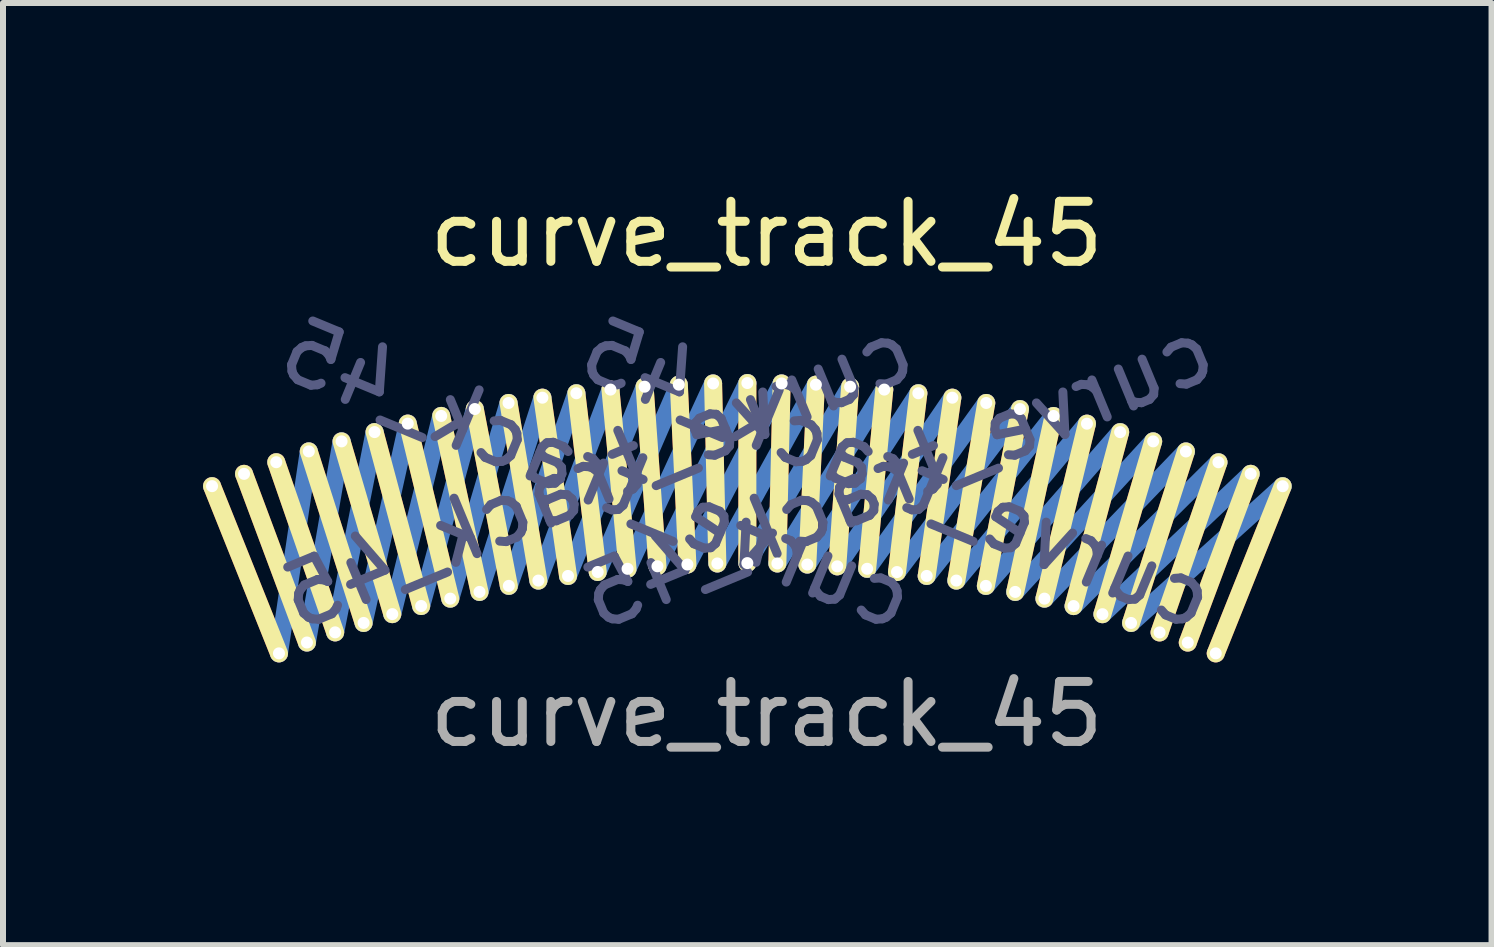
<source format=kicad_pcb>
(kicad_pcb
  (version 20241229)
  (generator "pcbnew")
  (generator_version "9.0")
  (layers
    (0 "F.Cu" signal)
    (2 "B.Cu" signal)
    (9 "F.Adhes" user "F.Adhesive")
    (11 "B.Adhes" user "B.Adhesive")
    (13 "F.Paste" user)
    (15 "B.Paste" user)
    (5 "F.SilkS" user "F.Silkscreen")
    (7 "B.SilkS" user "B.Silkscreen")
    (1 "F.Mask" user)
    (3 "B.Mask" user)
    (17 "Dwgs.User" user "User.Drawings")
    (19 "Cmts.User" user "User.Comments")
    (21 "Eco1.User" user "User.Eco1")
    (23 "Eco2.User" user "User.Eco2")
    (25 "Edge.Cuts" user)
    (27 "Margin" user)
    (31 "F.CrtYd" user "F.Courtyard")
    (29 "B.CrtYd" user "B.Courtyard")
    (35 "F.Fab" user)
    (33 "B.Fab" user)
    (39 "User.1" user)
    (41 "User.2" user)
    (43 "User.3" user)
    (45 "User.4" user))
  (footprint "curve_track_45"
    (layer "F.Cu")
    (at 9.402 4.852)
    (property "Reference" "curve_track_45" (at 0.321 -4.003 0) (unlocked yes) (layer "F.SilkS") (effects (font (size 1 1) (thickness 0.15))))
    (attr smd)
    (fp_line (start -7.804 2.984) (end -8.919 0.198) (stroke (width 0.3) (type solid)) (layer "F.Cu"))
    (fp_line (start -7.338 2.803) (end -8.386 -0.007) (stroke (width 0.3) (type solid)) (layer "F.Cu"))
    (fp_line (start -6.868 2.634) (end -7.849 -0.201) (stroke (width 0.3) (type solid)) (layer "F.Cu"))
    (fp_line (start -6.394 2.477) (end -7.307 -0.381) (stroke (width 0.3) (type solid)) (layer "F.Cu"))
    (fp_line (start -5.916 2.33) (end -6.761 -0.548) (stroke (width 0.3) (type solid)) (layer "F.Cu"))
    (fp_line (start -5.435 2.195) (end -6.211 -0.703) (stroke (width 0.3) (type solid)) (layer "F.Cu"))
    (fp_line (start -4.95 2.072) (end -5.658 -0.844) (stroke (width 0.3) (type solid)) (layer "F.Cu"))
    (fp_line (start -4.463 1.96) (end -5.101 -0.972) (stroke (width 0.3) (type solid)) (layer "F.Cu"))
    (fp_line (start -3.974 1.859) (end -4.541 -1.087) (stroke (width 0.3) (type solid)) (layer "F.Cu"))
    (fp_line (start -3.482 1.771) (end -3.979 -1.188) (stroke (width 0.3) (type solid)) (layer "F.Cu"))
    (fp_line (start -2.988 1.694) (end -3.415 -1.276) (stroke (width 0.3) (type solid)) (layer "F.Cu"))
    (fp_line (start -2.493 1.628) (end -2.849 -1.35) (stroke (width 0.3) (type solid)) (layer "F.Cu"))
    (fp_line (start -1.996 1.575) (end -2.281 -1.411) (stroke (width 0.3) (type solid)) (layer "F.Cu"))
    (fp_line (start -1.498 1.533) (end -1.712 -1.459) (stroke (width 0.3) (type solid)) (layer "F.Cu"))
    (fp_line (start -0.999 1.504) (end -1.142 -1.493) (stroke (width 0.3) (type solid)) (layer "F.Cu"))
    (fp_line (start -0.571 -1.513) (end -0.5 1.486) (stroke (width 0.3) (type solid)) (layer "F.Cu"))
    (fp_line (start -0.000059 1.48) (end 0.000058 -1.52) (stroke (width 0.3) (type solid)) (layer "F.Cu"))
    (fp_line (start 0.571 -1.513) (end 0.5 1.486) (stroke (width 0.3) (type solid)) (layer "F.Cu"))
    (fp_line (start 0.999 1.504) (end 1.142 -1.493) (stroke (width 0.3) (type solid)) (layer "F.Cu"))
    (fp_line (start 1.712 -1.459) (end 1.498 1.534) (stroke (width 0.3) (type solid)) (layer "F.Cu"))
    (fp_line (start 1.996 1.575) (end 2.281 -1.411) (stroke (width 0.3) (type solid)) (layer "F.Cu"))
    (fp_line (start 2.849 -1.35) (end 2.493 1.629) (stroke (width 0.3) (type solid)) (layer "F.Cu"))
    (fp_line (start 2.988 1.694) (end 3.415 -1.276) (stroke (width 0.3) (type solid)) (layer "F.Cu"))
    (fp_line (start 3.974 1.86) (end 4.542 -1.086) (stroke (width 0.3) (type solid)) (layer "F.Cu"))
    (fp_line (start 3.98 -1.188) (end 3.482 1.771) (stroke (width 0.3) (type solid)) (layer "F.Cu"))
    (fp_line (start 4.95 2.072) (end 5.658 -0.843) (stroke (width 0.3) (type solid)) (layer "F.Cu"))
    (fp_line (start 5.101 -0.971) (end 4.463 1.96) (stroke (width 0.3) (type solid)) (layer "F.Cu"))
    (fp_line (start 5.916 2.331) (end 6.761 -0.548) (stroke (width 0.3) (type solid)) (layer "F.Cu"))
    (fp_line (start 6.211 -0.702) (end 5.435 2.196) (stroke (width 0.3) (type solid)) (layer "F.Cu"))
    (fp_line (start 6.393 2.477) (end 7.307 -0.38) (stroke (width 0.3) (type solid)) (layer "F.Cu"))
    (fp_line (start 6.868 2.635) (end 7.849 -0.2) (stroke (width 0.3) (type solid)) (layer "F.Cu"))
    (fp_line (start 7.338 2.804) (end 8.386 -0.007) (stroke (width 0.3) (type solid)) (layer "F.Cu"))
    (fp_line (start 8.919 0.199) (end 7.804 2.984) (stroke (width 0.3) (type solid)) (layer "F.Cu"))
    (fp_line (start -7.307 -0.381) (end -7.804 2.984) (stroke (width 0.3) (type solid)) (layer "B.Cu"))
    (fp_line (start -6.761 -0.548) (end -7.338 2.803) (stroke (width 0.3) (type solid)) (layer "B.Cu"))
    (fp_line (start -6.211 -0.703) (end -6.868 2.634) (stroke (width 0.3) (type solid)) (layer "B.Cu"))
    (fp_line (start -5.658 -0.844) (end -6.394 2.477) (stroke (width 0.3) (type solid)) (layer "B.Cu"))
    (fp_line (start -5.101 -0.972) (end -5.916 2.33) (stroke (width 0.3) (type solid)) (layer "B.Cu"))
    (fp_line (start -4.541 -1.087) (end -5.435 2.195) (stroke (width 0.3) (type solid)) (layer "B.Cu"))
    (fp_line (start -3.979 -1.188) (end -4.95 2.072) (stroke (width 0.3) (type solid)) (layer "B.Cu"))
    (fp_line (start -3.415 -1.276) (end -4.463 1.96) (stroke (width 0.3) (type solid)) (layer "B.Cu"))
    (fp_line (start -2.849 -1.35) (end -3.974 1.859) (stroke (width 0.3) (type solid)) (layer "B.Cu"))
    (fp_line (start -2.281 -1.411) (end -3.482 1.771) (stroke (width 0.3) (type solid)) (layer "B.Cu"))
    (fp_line (start -1.712 -1.459) (end -2.988 1.694) (stroke (width 0.3) (type solid)) (layer "B.Cu"))
    (fp_line (start -1.142 -1.493) (end -2.493 1.628) (stroke (width 0.3) (type solid)) (layer "B.Cu"))
    (fp_line (start -0.571 -1.513) (end -1.996 1.575) (stroke (width 0.3) (type solid)) (layer "B.Cu"))
    (fp_line (start 0.000058 -1.52) (end -1.498 1.533) (stroke (width 0.3) (type solid)) (layer "B.Cu"))
    (fp_line (start 0.571 -1.513) (end -0.999 1.504) (stroke (width 0.3) (type solid)) (layer "B.Cu"))
    (fp_line (start 1.142 -1.493) (end -0.5 1.486) (stroke (width 0.3) (type solid)) (layer "B.Cu"))
    (fp_line (start 1.712 -1.459) (end -0.000059 1.48) (stroke (width 0.3) (type solid)) (layer "B.Cu"))
    (fp_line (start 2.281 -1.411) (end 0.5 1.486) (stroke (width 0.3) (type solid)) (layer "B.Cu"))
    (fp_line (start 2.849 -1.35) (end 0.999 1.504) (stroke (width 0.3) (type solid)) (layer "B.Cu"))
    (fp_line (start 3.415 -1.276) (end 1.498 1.534) (stroke (width 0.3) (type solid)) (layer "B.Cu"))
    (fp_line (start 3.98 -1.188) (end 1.996 1.575) (stroke (width 0.3) (type solid)) (layer "B.Cu"))
    (fp_line (start 4.542 -1.086) (end 2.493 1.629) (stroke (width 0.3) (type solid)) (layer "B.Cu"))
    (fp_line (start 5.101 -0.971) (end 2.988 1.694) (stroke (width 0.3) (type solid)) (layer "B.Cu"))
    (fp_line (start 5.658 -0.843) (end 3.482 1.771) (stroke (width 0.3) (type solid)) (layer "B.Cu"))
    (fp_line (start 6.211 -0.702) (end 3.974 1.86) (stroke (width 0.3) (type solid)) (layer "B.Cu"))
    (fp_line (start 6.761 -0.548) (end 4.463 1.96) (stroke (width 0.3) (type solid)) (layer "B.Cu"))
    (fp_line (start 7.307 -0.38) (end 4.95 2.072) (stroke (width 0.3) (type solid)) (layer "B.Cu"))
    (fp_line (start 7.849 -0.2) (end 5.435 2.196) (stroke (width 0.3) (type solid)) (layer "B.Cu"))
    (fp_line (start 8.386 -0.007) (end 5.916 2.331) (stroke (width 0.3) (type solid)) (layer "B.Cu"))
    (fp_line (start 8.919 0.199) (end 6.393 2.477) (stroke (width 0.3) (type solid)) (layer "B.Cu"))
    (fp_line (start -7.804 2.984) (end -8.919 0.198) (stroke (width 0.3) (type solid)) (layer "F.SilkS"))
    (fp_line (start -7.338 2.803) (end -8.386 -0.007) (stroke (width 0.3) (type solid)) (layer "F.SilkS"))
    (fp_line (start -6.868 2.634) (end -7.849 -0.201) (stroke (width 0.3) (type solid)) (layer "F.SilkS"))
    (fp_line (start -6.394 2.477) (end -7.307 -0.381) (stroke (width 0.3) (type solid)) (layer "F.SilkS"))
    (fp_line (start -5.916 2.33) (end -6.761 -0.548) (stroke (width 0.3) (type solid)) (layer "F.SilkS"))
    (fp_line (start -5.435 2.195) (end -6.211 -0.703) (stroke (width 0.3) (type solid)) (layer "F.SilkS"))
    (fp_line (start -4.95 2.072) (end -5.658 -0.844) (stroke (width 0.3) (type solid)) (layer "F.SilkS"))
    (fp_line (start -4.463 1.96) (end -5.101 -0.972) (stroke (width 0.3) (type solid)) (layer "F.SilkS"))
    (fp_line (start -3.974 1.859) (end -4.541 -1.087) (stroke (width 0.3) (type solid)) (layer "F.SilkS"))
    (fp_line (start -3.482 1.771) (end -3.979 -1.188) (stroke (width 0.3) (type solid)) (layer "F.SilkS"))
    (fp_line (start -2.988 1.694) (end -3.415 -1.276) (stroke (width 0.3) (type solid)) (layer "F.SilkS"))
    (fp_line (start -2.493 1.628) (end -2.849 -1.35) (stroke (width 0.3) (type solid)) (layer "F.SilkS"))
    (fp_line (start -1.996 1.575) (end -2.281 -1.411) (stroke (width 0.3) (type solid)) (layer "F.SilkS"))
    (fp_line (start -1.498 1.533) (end -1.712 -1.459) (stroke (width 0.3) (type solid)) (layer "F.SilkS"))
    (fp_line (start -0.999 1.504) (end -1.142 -1.493) (stroke (width 0.3) (type solid)) (layer "F.SilkS"))
    (fp_line (start -0.571 -1.513) (end -0.5 1.486) (stroke (width 0.3) (type solid)) (layer "F.SilkS"))
    (fp_line (start -0.000059 1.48) (end 0.000058 -1.52) (stroke (width 0.3) (type solid)) (layer "F.SilkS"))
    (fp_line (start 0.571 -1.513) (end 0.5 1.486) (stroke (width 0.3) (type solid)) (layer "F.SilkS"))
    (fp_line (start 0.999 1.504) (end 1.142 -1.493) (stroke (width 0.3) (type solid)) (layer "F.SilkS"))
    (fp_line (start 1.712 -1.459) (end 1.498 1.534) (stroke (width 0.3) (type solid)) (layer "F.SilkS"))
    (fp_line (start 1.996 1.575) (end 2.281 -1.411) (stroke (width 0.3) (type solid)) (layer "F.SilkS"))
    (fp_line (start 2.849 -1.35) (end 2.493 1.629) (stroke (width 0.3) (type solid)) (layer "F.SilkS"))
    (fp_line (start 2.988 1.694) (end 3.415 -1.276) (stroke (width 0.3) (type solid)) (layer "F.SilkS"))
    (fp_line (start 3.974 1.86) (end 4.542 -1.086) (stroke (width 0.3) (type solid)) (layer "F.SilkS"))
    (fp_line (start 3.98 -1.188) (end 3.482 1.771) (stroke (width 0.3) (type solid)) (layer "F.SilkS"))
    (fp_line (start 4.95 2.072) (end 5.658 -0.843) (stroke (width 0.3) (type solid)) (layer "F.SilkS"))
    (fp_line (start 5.101 -0.971) (end 4.463 1.96) (stroke (width 0.3) (type solid)) (layer "F.SilkS"))
    (fp_line (start 5.916 2.331) (end 6.761 -0.548) (stroke (width 0.3) (type solid)) (layer "F.SilkS"))
    (fp_line (start 6.211 -0.702) (end 5.435 2.196) (stroke (width 0.3) (type solid)) (layer "F.SilkS"))
    (fp_line (start 6.393 2.477) (end 7.307 -0.38) (stroke (width 0.3) (type solid)) (layer "F.SilkS"))
    (fp_line (start 6.868 2.635) (end 7.849 -0.2) (stroke (width 0.3) (type solid)) (layer "F.SilkS"))
    (fp_line (start 7.338 2.804) (end 8.386 -0.007) (stroke (width 0.3) (type solid)) (layer "F.SilkS"))
    (fp_line (start 8.919 0.199) (end 7.804 2.984) (stroke (width 0.3) (type solid)) (layer "F.SilkS"))
    (fp_circle (center -8.919 0.198) (end -9.019 0.198) (stroke (width 0.05) (type default)) (fill no) (layer "User.1"))
    (fp_circle (center -8.919 0.198) (end -9.019 0.198) (stroke (width 0.05) (type default)) (fill no) (layer "User.1"))
    (fp_circle (center -8.386 -0.007) (end -8.486 -0.007) (stroke (width 0.05) (type default)) (fill no) (layer "User.1"))
    (fp_circle (center -8.386 -0.007) (end -8.486 -0.007) (stroke (width 0.05) (type default)) (fill no) (layer "User.1"))
    (fp_circle (center -7.849 -0.201) (end -7.949 -0.201) (stroke (width 0.05) (type default)) (fill no) (layer "User.1"))
    (fp_circle (center -7.849 -0.201) (end -7.949 -0.201) (stroke (width 0.05) (type default)) (fill no) (layer "User.1"))
    (fp_circle (center -7.804 2.984) (end -7.904 2.984) (stroke (width 0.05) (type default)) (fill no) (layer "User.1"))
    (fp_circle (center -7.804 2.984) (end -7.904 2.984) (stroke (width 0.05) (type default)) (fill no) (layer "User.1"))
    (fp_circle (center -7.804 2.984) (end -7.904 2.984) (stroke (width 0.05) (type default)) (fill no) (layer "User.1"))
    (fp_circle (center -7.338 2.803) (end -7.438 2.803) (stroke (width 0.05) (type default)) (fill no) (layer "User.1"))
    (fp_circle (center -7.338 2.803) (end -7.438 2.803) (stroke (width 0.05) (type default)) (fill no) (layer "User.1"))
    (fp_circle (center -7.338 2.803) (end -7.438 2.803) (stroke (width 0.05) (type default)) (fill no) (layer "User.1"))
    (fp_circle (center -7.307 -0.381) (end -7.407 -0.381) (stroke (width 0.05) (type default)) (fill no) (layer "User.1"))
    (fp_circle (center -7.307 -0.381) (end -7.407 -0.381) (stroke (width 0.05) (type default)) (fill no) (layer "User.1"))
    (fp_circle (center -7.307 -0.381) (end -7.407 -0.381) (stroke (width 0.05) (type default)) (fill no) (layer "User.1"))
    (fp_circle (center -6.868 2.634) (end -6.968 2.634) (stroke (width 0.05) (type default)) (fill no) (layer "User.1"))
    (fp_circle (center -6.868 2.634) (end -6.968 2.634) (stroke (width 0.05) (type default)) (fill no) (layer "User.1"))
    (fp_circle (center -6.868 2.634) (end -6.968 2.634) (stroke (width 0.05) (type default)) (fill no) (layer "User.1"))
    (fp_circle (center -6.761 -0.548) (end -6.861 -0.548) (stroke (width 0.05) (type default)) (fill no) (layer "User.1"))
    (fp_circle (center -6.761 -0.548) (end -6.861 -0.548) (stroke (width 0.05) (type default)) (fill no) (layer "User.1"))
    (fp_circle (center -6.761 -0.548) (end -6.861 -0.548) (stroke (width 0.05) (type default)) (fill no) (layer "User.1"))
    (fp_circle (center -6.394 2.477) (end -6.494 2.477) (stroke (width 0.05) (type default)) (fill no) (layer "User.1"))
    (fp_circle (center -6.394 2.477) (end -6.494 2.477) (stroke (width 0.05) (type default)) (fill no) (layer "User.1"))
    (fp_circle (center -6.394 2.477) (end -6.494 2.477) (stroke (width 0.05) (type default)) (fill no) (layer "User.1"))
    (fp_circle (center -6.211 -0.703) (end -6.311 -0.703) (stroke (width 0.05) (type default)) (fill no) (layer "User.1"))
    (fp_circle (center -6.211 -0.703) (end -6.311 -0.703) (stroke (width 0.05) (type default)) (fill no) (layer "User.1"))
    (fp_circle (center -6.211 -0.703) (end -6.311 -0.703) (stroke (width 0.05) (type default)) (fill no) (layer "User.1"))
    (fp_circle (center -5.916 2.33) (end -6.016 2.33) (stroke (width 0.05) (type default)) (fill no) (layer "User.1"))
    (fp_circle (center -5.916 2.33) (end -6.016 2.33) (stroke (width 0.05) (type default)) (fill no) (layer "User.1"))
    (fp_circle (center -5.916 2.33) (end -6.016 2.33) (stroke (width 0.05) (type default)) (fill no) (layer "User.1"))
    (fp_circle (center -5.658 -0.844) (end -5.758 -0.844) (stroke (width 0.05) (type default)) (fill no) (layer "User.1"))
    (fp_circle (center -5.658 -0.844) (end -5.758 -0.844) (stroke (width 0.05) (type default)) (fill no) (layer "User.1"))
    (fp_circle (center -5.658 -0.844) (end -5.758 -0.844) (stroke (width 0.05) (type default)) (fill no) (layer "User.1"))
    (fp_circle (center -5.435 2.195) (end -5.535 2.195) (stroke (width 0.05) (type default)) (fill no) (layer "User.1"))
    (fp_circle (center -5.435 2.195) (end -5.535 2.195) (stroke (width 0.05) (type default)) (fill no) (layer "User.1"))
    (fp_circle (center -5.435 2.195) (end -5.535 2.195) (stroke (width 0.05) (type default)) (fill no) (layer "User.1"))
    (fp_circle (center -5.101 -0.972) (end -5.201 -0.972) (stroke (width 0.05) (type default)) (fill no) (layer "User.1"))
    (fp_circle (center -5.101 -0.972) (end -5.201 -0.972) (stroke (width 0.05) (type default)) (fill no) (layer "User.1"))
    (fp_circle (center -5.101 -0.972) (end -5.201 -0.972) (stroke (width 0.05) (type default)) (fill no) (layer "User.1"))
    (fp_circle (center -4.95 2.072) (end -5.05 2.072) (stroke (width 0.05) (type default)) (fill no) (layer "User.1"))
    (fp_circle (center -4.95 2.072) (end -5.05 2.072) (stroke (width 0.05) (type default)) (fill no) (layer "User.1"))
    (fp_circle (center -4.95 2.072) (end -5.05 2.072) (stroke (width 0.05) (type default)) (fill no) (layer "User.1"))
    (fp_circle (center -4.541 -1.087) (end -4.641 -1.087) (stroke (width 0.05) (type default)) (fill no) (layer "User.1"))
    (fp_circle (center -4.541 -1.087) (end -4.641 -1.087) (stroke (width 0.05) (type default)) (fill no) (layer "User.1"))
    (fp_circle (center -4.541 -1.087) (end -4.641 -1.087) (stroke (width 0.05) (type default)) (fill no) (layer "User.1"))
    (fp_circle (center -4.463 1.96) (end -4.563 1.96) (stroke (width 0.05) (type default)) (fill no) (layer "User.1"))
    (fp_circle (center -4.463 1.96) (end -4.563 1.96) (stroke (width 0.05) (type default)) (fill no) (layer "User.1"))
    (fp_circle (center -4.463 1.96) (end -4.563 1.96) (stroke (width 0.05) (type default)) (fill no) (layer "User.1"))
    (fp_circle (center -3.979 -1.188) (end -4.079 -1.188) (stroke (width 0.05) (type default)) (fill no) (layer "User.1"))
    (fp_circle (center -3.979 -1.188) (end -4.079 -1.188) (stroke (width 0.05) (type default)) (fill no) (layer "User.1"))
    (fp_circle (center -3.979 -1.188) (end -4.079 -1.188) (stroke (width 0.05) (type default)) (fill no) (layer "User.1"))
    (fp_circle (center -3.974 1.859) (end -4.074 1.859) (stroke (width 0.05) (type default)) (fill no) (layer "User.1"))
    (fp_circle (center -3.974 1.859) (end -4.074 1.859) (stroke (width 0.05) (type default)) (fill no) (layer "User.1"))
    (fp_circle (center -3.974 1.859) (end -4.074 1.859) (stroke (width 0.05) (type default)) (fill no) (layer "User.1"))
    (fp_circle (center -3.482 1.771) (end -3.582 1.771) (stroke (width 0.05) (type default)) (fill no) (layer "User.1"))
    (fp_circle (center -3.482 1.771) (end -3.582 1.771) (stroke (width 0.05) (type default)) (fill no) (layer "User.1"))
    (fp_circle (center -3.482 1.771) (end -3.582 1.771) (stroke (width 0.05) (type default)) (fill no) (layer "User.1"))
    (fp_circle (center -3.415 -1.276) (end -3.515 -1.276) (stroke (width 0.05) (type default)) (fill no) (layer "User.1"))
    (fp_circle (center -3.415 -1.276) (end -3.515 -1.276) (stroke (width 0.05) (type default)) (fill no) (layer "User.1"))
    (fp_circle (center -3.415 -1.276) (end -3.515 -1.276) (stroke (width 0.05) (type default)) (fill no) (layer "User.1"))
    (fp_circle (center -2.988 1.694) (end -3.088 1.694) (stroke (width 0.05) (type default)) (fill no) (layer "User.1"))
    (fp_circle (center -2.988 1.694) (end -3.088 1.694) (stroke (width 0.05) (type default)) (fill no) (layer "User.1"))
    (fp_circle (center -2.988 1.694) (end -3.088 1.694) (stroke (width 0.05) (type default)) (fill no) (layer "User.1"))
    (fp_circle (center -2.849 -1.35) (end -2.949 -1.35) (stroke (width 0.05) (type default)) (fill no) (layer "User.1"))
    (fp_circle (center -2.849 -1.35) (end -2.949 -1.35) (stroke (width 0.05) (type default)) (fill no) (layer "User.1"))
    (fp_circle (center -2.849 -1.35) (end -2.949 -1.35) (stroke (width 0.05) (type default)) (fill no) (layer "User.1"))
    (fp_circle (center -2.493 1.628) (end -2.593 1.628) (stroke (width 0.05) (type default)) (fill no) (layer "User.1"))
    (fp_circle (center -2.493 1.628) (end -2.593 1.628) (stroke (width 0.05) (type default)) (fill no) (layer "User.1"))
    (fp_circle (center -2.493 1.628) (end -2.593 1.628) (stroke (width 0.05) (type default)) (fill no) (layer "User.1"))
    (fp_circle (center -2.281 -1.411) (end -2.381 -1.411) (stroke (width 0.05) (type default)) (fill no) (layer "User.1"))
    (fp_circle (center -2.281 -1.411) (end -2.381 -1.411) (stroke (width 0.05) (type default)) (fill no) (layer "User.1"))
    (fp_circle (center -2.281 -1.411) (end -2.381 -1.411) (stroke (width 0.05) (type default)) (fill no) (layer "User.1"))
    (fp_circle (center -1.996 1.575) (end -2.096 1.575) (stroke (width 0.05) (type default)) (fill no) (layer "User.1"))
    (fp_circle (center -1.996 1.575) (end -2.096 1.575) (stroke (width 0.05) (type default)) (fill no) (layer "User.1"))
    (fp_circle (center -1.996 1.575) (end -2.096 1.575) (stroke (width 0.05) (type default)) (fill no) (layer "User.1"))
    (fp_circle (center -1.712 -1.459) (end -1.812 -1.459) (stroke (width 0.05) (type default)) (fill no) (layer "User.1"))
    (fp_circle (center -1.712 -1.459) (end -1.812 -1.459) (stroke (width 0.05) (type default)) (fill no) (layer "User.1"))
    (fp_circle (center -1.712 -1.459) (end -1.812 -1.459) (stroke (width 0.05) (type default)) (fill no) (layer "User.1"))
    (fp_circle (center -1.498 1.533) (end -1.598 1.533) (stroke (width 0.05) (type default)) (fill no) (layer "User.1"))
    (fp_circle (center -1.498 1.533) (end -1.598 1.533) (stroke (width 0.05) (type default)) (fill no) (layer "User.1"))
    (fp_circle (center -1.498 1.533) (end -1.598 1.533) (stroke (width 0.05) (type default)) (fill no) (layer "User.1"))
    (fp_circle (center -1.142 -1.493) (end -1.242 -1.493) (stroke (width 0.05) (type default)) (fill no) (layer "User.1"))
    (fp_circle (center -1.142 -1.493) (end -1.242 -1.493) (stroke (width 0.05) (type default)) (fill no) (layer "User.1"))
    (fp_circle (center -1.142 -1.493) (end -1.242 -1.493) (stroke (width 0.05) (type default)) (fill no) (layer "User.1"))
    (fp_circle (center -0.999 1.504) (end -1.099 1.504) (stroke (width 0.05) (type default)) (fill no) (layer "User.1"))
    (fp_circle (center -0.999 1.504) (end -1.099 1.504) (stroke (width 0.05) (type default)) (fill no) (layer "User.1"))
    (fp_circle (center -0.999 1.504) (end -1.099 1.504) (stroke (width 0.05) (type default)) (fill no) (layer "User.1"))
    (fp_circle (center -0.571 -1.513) (end -0.671 -1.513) (stroke (width 0.05) (type default)) (fill no) (layer "User.1"))
    (fp_circle (center -0.571 -1.513) (end -0.671 -1.513) (stroke (width 0.05) (type default)) (fill no) (layer "User.1"))
    (fp_circle (center -0.571 -1.513) (end -0.671 -1.513) (stroke (width 0.05) (type default)) (fill no) (layer "User.1"))
    (fp_circle (center -0.5 1.486) (end -0.6 1.486) (stroke (width 0.05) (type default)) (fill no) (layer "User.1"))
    (fp_circle (center -0.5 1.486) (end -0.6 1.486) (stroke (width 0.05) (type default)) (fill no) (layer "User.1"))
    (fp_circle (center -0.5 1.486) (end -0.6 1.486) (stroke (width 0.05) (type default)) (fill no) (layer "User.1"))
    (fp_circle (center -0.000059 1.48) (end -0.1 1.48) (stroke (width 0.05) (type default)) (fill no) (layer "User.1"))
    (fp_circle (center -0.000059 1.48) (end -0.1 1.48) (stroke (width 0.05) (type default)) (fill no) (layer "User.1"))
    (fp_circle (center -0.000059 1.48) (end -0.1 1.48) (stroke (width 0.05) (type default)) (fill no) (layer "User.1"))
    (fp_circle (center 0.000058 -1.52) (end -0.1 -1.52) (stroke (width 0.05) (type default)) (fill no) (layer "User.1"))
    (fp_circle (center 0.000058 -1.52) (end -0.1 -1.52) (stroke (width 0.05) (type default)) (fill no) (layer "User.1"))
    (fp_circle (center 0.000058 -1.52) (end -0.1 -1.52) (stroke (width 0.05) (type default)) (fill no) (layer "User.1"))
    (fp_circle (center 0.5 1.486) (end 0.4 1.486) (stroke (width 0.05) (type default)) (fill no) (layer "User.1"))
    (fp_circle (center 0.5 1.486) (end 0.4 1.486) (stroke (width 0.05) (type default)) (fill no) (layer "User.1"))
    (fp_circle (center 0.5 1.486) (end 0.4 1.486) (stroke (width 0.05) (type default)) (fill no) (layer "User.1"))
    (fp_circle (center 0.571 -1.513) (end 0.471 -1.513) (stroke (width 0.05) (type default)) (fill no) (layer "User.1"))
    (fp_circle (center 0.571 -1.513) (end 0.471 -1.513) (stroke (width 0.05) (type default)) (fill no) (layer "User.1"))
    (fp_circle (center 0.571 -1.513) (end 0.471 -1.513) (stroke (width 0.05) (type default)) (fill no) (layer "User.1"))
    (fp_circle (center 0.999 1.504) (end 0.899 1.504) (stroke (width 0.05) (type default)) (fill no) (layer "User.1"))
    (fp_circle (center 0.999 1.504) (end 0.899 1.504) (stroke (width 0.05) (type default)) (fill no) (layer "User.1"))
    (fp_circle (center 0.999 1.504) (end 0.899 1.504) (stroke (width 0.05) (type default)) (fill no) (layer "User.1"))
    (fp_circle (center 1.142 -1.493) (end 1.042 -1.493) (stroke (width 0.05) (type default)) (fill no) (layer "User.1"))
    (fp_circle (center 1.142 -1.493) (end 1.042 -1.493) (stroke (width 0.05) (type default)) (fill no) (layer "User.1"))
    (fp_circle (center 1.142 -1.493) (end 1.042 -1.493) (stroke (width 0.05) (type default)) (fill no) (layer "User.1"))
    (fp_circle (center 1.498 1.534) (end 1.398 1.534) (stroke (width 0.05) (type default)) (fill no) (layer "User.1"))
    (fp_circle (center 1.498 1.534) (end 1.398 1.534) (stroke (width 0.05) (type default)) (fill no) (layer "User.1"))
    (fp_circle (center 1.498 1.534) (end 1.398 1.534) (stroke (width 0.05) (type default)) (fill no) (layer "User.1"))
    (fp_circle (center 1.712 -1.459) (end 1.612 -1.459) (stroke (width 0.05) (type default)) (fill no) (layer "User.1"))
    (fp_circle (center 1.712 -1.459) (end 1.612 -1.459) (stroke (width 0.05) (type default)) (fill no) (layer "User.1"))
    (fp_circle (center 1.712 -1.459) (end 1.612 -1.459) (stroke (width 0.05) (type default)) (fill no) (layer "User.1"))
    (fp_circle (center 1.996 1.575) (end 1.896 1.575) (stroke (width 0.05) (type default)) (fill no) (layer "User.1"))
    (fp_circle (center 1.996 1.575) (end 1.896 1.575) (stroke (width 0.05) (type default)) (fill no) (layer "User.1"))
    (fp_circle (center 1.996 1.575) (end 1.896 1.575) (stroke (width 0.05) (type default)) (fill no) (layer "User.1"))
    (fp_circle (center 2.281 -1.411) (end 2.181 -1.411) (stroke (width 0.05) (type default)) (fill no) (layer "User.1"))
    (fp_circle (center 2.281 -1.411) (end 2.181 -1.411) (stroke (width 0.05) (type default)) (fill no) (layer "User.1"))
    (fp_circle (center 2.281 -1.411) (end 2.181 -1.411) (stroke (width 0.05) (type default)) (fill no) (layer "User.1"))
    (fp_circle (center 2.493 1.629) (end 2.393 1.629) (stroke (width 0.05) (type default)) (fill no) (layer "User.1"))
    (fp_circle (center 2.493 1.629) (end 2.393 1.629) (stroke (width 0.05) (type default)) (fill no) (layer "User.1"))
    (fp_circle (center 2.493 1.629) (end 2.393 1.629) (stroke (width 0.05) (type default)) (fill no) (layer "User.1"))
    (fp_circle (center 2.849 -1.35) (end 2.749 -1.35) (stroke (width 0.05) (type default)) (fill no) (layer "User.1"))
    (fp_circle (center 2.849 -1.35) (end 2.749 -1.35) (stroke (width 0.05) (type default)) (fill no) (layer "User.1"))
    (fp_circle (center 2.849 -1.35) (end 2.749 -1.35) (stroke (width 0.05) (type default)) (fill no) (layer "User.1"))
    (fp_circle (center 2.988 1.694) (end 2.888 1.694) (stroke (width 0.05) (type default)) (fill no) (layer "User.1"))
    (fp_circle (center 2.988 1.694) (end 2.888 1.694) (stroke (width 0.05) (type default)) (fill no) (layer "User.1"))
    (fp_circle (center 2.988 1.694) (end 2.888 1.694) (stroke (width 0.05) (type default)) (fill no) (layer "User.1"))
    (fp_circle (center 3.415 -1.276) (end 3.315 -1.276) (stroke (width 0.05) (type default)) (fill no) (layer "User.1"))
    (fp_circle (center 3.415 -1.276) (end 3.315 -1.276) (stroke (width 0.05) (type default)) (fill no) (layer "User.1"))
    (fp_circle (center 3.415 -1.276) (end 3.315 -1.276) (stroke (width 0.05) (type default)) (fill no) (layer "User.1"))
    (fp_circle (center 3.482 1.771) (end 3.382 1.771) (stroke (width 0.05) (type default)) (fill no) (layer "User.1"))
    (fp_circle (center 3.482 1.771) (end 3.382 1.771) (stroke (width 0.05) (type default)) (fill no) (layer "User.1"))
    (fp_circle (center 3.482 1.771) (end 3.382 1.771) (stroke (width 0.05) (type default)) (fill no) (layer "User.1"))
    (fp_circle (center 3.974 1.86) (end 3.874 1.86) (stroke (width 0.05) (type default)) (fill no) (layer "User.1"))
    (fp_circle (center 3.974 1.86) (end 3.874 1.86) (stroke (width 0.05) (type default)) (fill no) (layer "User.1"))
    (fp_circle (center 3.974 1.86) (end 3.874 1.86) (stroke (width 0.05) (type default)) (fill no) (layer "User.1"))
    (fp_circle (center 3.98 -1.188) (end 3.88 -1.188) (stroke (width 0.05) (type default)) (fill no) (layer "User.1"))
    (fp_circle (center 3.98 -1.188) (end 3.88 -1.188) (stroke (width 0.05) (type default)) (fill no) (layer "User.1"))
    (fp_circle (center 3.98 -1.188) (end 3.88 -1.188) (stroke (width 0.05) (type default)) (fill no) (layer "User.1"))
    (fp_circle (center 4.463 1.96) (end 4.363 1.96) (stroke (width 0.05) (type default)) (fill no) (layer "User.1"))
    (fp_circle (center 4.463 1.96) (end 4.363 1.96) (stroke (width 0.05) (type default)) (fill no) (layer "User.1"))
    (fp_circle (center 4.463 1.96) (end 4.363 1.96) (stroke (width 0.05) (type default)) (fill no) (layer "User.1"))
    (fp_circle (center 4.542 -1.086) (end 4.442 -1.086) (stroke (width 0.05) (type default)) (fill no) (layer "User.1"))
    (fp_circle (center 4.542 -1.086) (end 4.442 -1.086) (stroke (width 0.05) (type default)) (fill no) (layer "User.1"))
    (fp_circle (center 4.542 -1.086) (end 4.442 -1.086) (stroke (width 0.05) (type default)) (fill no) (layer "User.1"))
    (fp_circle (center 4.95 2.072) (end 4.85 2.072) (stroke (width 0.05) (type default)) (fill no) (layer "User.1"))
    (fp_circle (center 4.95 2.072) (end 4.85 2.072) (stroke (width 0.05) (type default)) (fill no) (layer "User.1"))
    (fp_circle (center 4.95 2.072) (end 4.85 2.072) (stroke (width 0.05) (type default)) (fill no) (layer "User.1"))
    (fp_circle (center 5.101 -0.971) (end 5.001 -0.971) (stroke (width 0.05) (type default)) (fill no) (layer "User.1"))
    (fp_circle (center 5.101 -0.971) (end 5.001 -0.971) (stroke (width 0.05) (type default)) (fill no) (layer "User.1"))
    (fp_circle (center 5.101 -0.971) (end 5.001 -0.971) (stroke (width 0.05) (type default)) (fill no) (layer "User.1"))
    (fp_circle (center 5.435 2.196) (end 5.335 2.196) (stroke (width 0.05) (type default)) (fill no) (layer "User.1"))
    (fp_circle (center 5.435 2.196) (end 5.335 2.196) (stroke (width 0.05) (type default)) (fill no) (layer "User.1"))
    (fp_circle (center 5.435 2.196) (end 5.335 2.196) (stroke (width 0.05) (type default)) (fill no) (layer "User.1"))
    (fp_circle (center 5.658 -0.843) (end 5.558 -0.843) (stroke (width 0.05) (type default)) (fill no) (layer "User.1"))
    (fp_circle (center 5.658 -0.843) (end 5.558 -0.843) (stroke (width 0.05) (type default)) (fill no) (layer "User.1"))
    (fp_circle (center 5.658 -0.843) (end 5.558 -0.843) (stroke (width 0.05) (type default)) (fill no) (layer "User.1"))
    (fp_circle (center 5.916 2.331) (end 5.816 2.331) (stroke (width 0.05) (type default)) (fill no) (layer "User.1"))
    (fp_circle (center 5.916 2.331) (end 5.816 2.331) (stroke (width 0.05) (type default)) (fill no) (layer "User.1"))
    (fp_circle (center 5.916 2.331) (end 5.816 2.331) (stroke (width 0.05) (type default)) (fill no) (layer "User.1"))
    (fp_circle (center 6.211 -0.702) (end 6.111 -0.702) (stroke (width 0.05) (type default)) (fill no) (layer "User.1"))
    (fp_circle (center 6.211 -0.702) (end 6.111 -0.702) (stroke (width 0.05) (type default)) (fill no) (layer "User.1"))
    (fp_circle (center 6.211 -0.702) (end 6.111 -0.702) (stroke (width 0.05) (type default)) (fill no) (layer "User.1"))
    (fp_circle (center 6.393 2.477) (end 6.293 2.477) (stroke (width 0.05) (type default)) (fill no) (layer "User.1"))
    (fp_circle (center 6.393 2.477) (end 6.293 2.477) (stroke (width 0.05) (type default)) (fill no) (layer "User.1"))
    (fp_circle (center 6.393 2.477) (end 6.293 2.477) (stroke (width 0.05) (type default)) (fill no) (layer "User.1"))
    (fp_circle (center 6.761 -0.548) (end 6.661 -0.548) (stroke (width 0.05) (type default)) (fill no) (layer "User.1"))
    (fp_circle (center 6.761 -0.548) (end 6.661 -0.548) (stroke (width 0.05) (type default)) (fill no) (layer "User.1"))
    (fp_circle (center 6.761 -0.548) (end 6.661 -0.548) (stroke (width 0.05) (type default)) (fill no) (layer "User.1"))
    (fp_circle (center 6.868 2.635) (end 6.768 2.635) (stroke (width 0.05) (type default)) (fill no) (layer "User.1"))
    (fp_circle (center 6.868 2.635) (end 6.768 2.635) (stroke (width 0.05) (type default)) (fill no) (layer "User.1"))
    (fp_circle (center 6.868 2.635) (end 6.768 2.635) (stroke (width 0.05) (type default)) (fill no) (layer "User.1"))
    (fp_circle (center 7.307 -0.38) (end 7.207 -0.38) (stroke (width 0.05) (type default)) (fill no) (layer "User.1"))
    (fp_circle (center 7.307 -0.38) (end 7.207 -0.38) (stroke (width 0.05) (type default)) (fill no) (layer "User.1"))
    (fp_circle (center 7.307 -0.38) (end 7.207 -0.38) (stroke (width 0.05) (type default)) (fill no) (layer "User.1"))
    (fp_circle (center 7.338 2.804) (end 7.238 2.804) (stroke (width 0.05) (type default)) (fill no) (layer "User.1"))
    (fp_circle (center 7.338 2.804) (end 7.238 2.804) (stroke (width 0.05) (type default)) (fill no) (layer "User.1"))
    (fp_circle (center 7.338 2.804) (end 7.238 2.804) (stroke (width 0.05) (type default)) (fill no) (layer "User.1"))
    (fp_circle (center 7.804 2.984) (end 7.704 2.984) (stroke (width 0.05) (type default)) (fill no) (layer "User.1"))
    (fp_circle (center 7.804 2.984) (end 7.704 2.984) (stroke (width 0.05) (type default)) (fill no) (layer "User.1"))
    (fp_circle (center 7.804 2.984) (end 7.704 2.984) (stroke (width 0.05) (type default)) (fill no) (layer "User.1"))
    (fp_circle (center 7.849 -0.2) (end 7.749 -0.2) (stroke (width 0.05) (type default)) (fill no) (layer "User.1"))
    (fp_circle (center 7.849 -0.2) (end 7.749 -0.2) (stroke (width 0.05) (type default)) (fill no) (layer "User.1"))
    (fp_circle (center 7.849 -0.2) (end 7.749 -0.2) (stroke (width 0.05) (type default)) (fill no) (layer "User.1"))
    (fp_circle (center 8.386 -0.007) (end 8.286 -0.007) (stroke (width 0.05) (type default)) (fill no) (layer "User.1"))
    (fp_circle (center 8.386 -0.007) (end 8.286 -0.007) (stroke (width 0.05) (type default)) (fill no) (layer "User.1"))
    (fp_circle (center 8.386 -0.007) (end 8.286 -0.007) (stroke (width 0.05) (type default)) (fill no) (layer "User.1"))
    (fp_circle (center 8.919 0.199) (end 8.819 0.199) (stroke (width 0.05) (type default)) (fill no) (layer "User.1"))
    (fp_circle (center 8.919 0.199) (end 8.819 0.199) (stroke (width 0.05) (type default)) (fill no) (layer "User.1"))
    (fp_circle (center 8.919 0.199) (end 8.819 0.199) (stroke (width 0.05) (type default)) (fill no) (layer "User.1"))
    (fp_line (start -9.377 -0.155) (end -7.846 3.54) (stroke (width 0.05) (type solid)) (layer "User.3"))
    (fp_line (start 7.844 3.54) (end 9.375 -0.155) (stroke (width 0.05) (type solid)) (layer "User.3"))
    (fp_curve (pts (xy -7.846 3.54) (xy -2.823 1.46) (xy 2.821 1.46) (xy 7.844 3.54)) (stroke (width 0.05) (type solid)) (layer "User.3"))
    (fp_curve (pts (xy 9.375 -0.155) (xy 3.372 -2.642) (xy -3.373 -2.642) (xy -9.377 -0.155)) (stroke (width 0.05) (type solid)) (layer "User.3"))
    (fp_text user "${REFERENCE}" (at 2.5 0.000001 337.5) (unlocked yes) (layer "B.Fab") (effects (font (size 1 1) (thickness 0.15)) (justify mirror)))
    (fp_text user "${REFERENCE}" (at -2.5 0 337.5) (unlocked yes) (layer "B.Fab") (effects (font (size 1 1) (thickness 0.15)) (justify mirror)))
    (fp_text user "${REFERENCE}" (at -2.5 0.000001 22.5) (unlocked yes) (layer "B.Fab") (effects (font (size 1 1) (thickness 0.15)) (justify mirror)))
    (fp_text user "${REFERENCE}" (at 2.5 0 22.5) (unlocked yes) (layer "B.Fab") (effects (font (size 1 1) (thickness 0.15)) (justify mirror)))
    (fp_text user "${REFERENCE}" (at 0.321 3.997 0) (unlocked yes) (layer "F.Fab") (effects (font (size 1 1) (thickness 0.15))))
    (pad "1" thru_hole circle (at -8.919 0.198) (size 0.3 0.3) (drill 0.2) (layers "*.Cu" "*.Mask"))
    (pad "1" thru_hole circle (at -7.804 2.984) (size 0.3 0.3) (drill 0.2) (layers "*.Cu" "*.Mask"))
    (pad "1" thru_hole circle (at -7.307 -0.381) (size 0.3 0.3) (drill 0.2) (layers "*.Cu" "*.Mask"))
    (pad "1" thru_hole circle (at -6.394 2.477) (size 0.3 0.3) (drill 0.2) (layers "*.Cu" "*.Mask"))
    (pad "1" thru_hole circle (at -5.658 -0.844) (size 0.3 0.3) (drill 0.2) (layers "*.Cu" "*.Mask"))
    (pad "1" thru_hole circle (at -4.95 2.072) (size 0.3 0.3) (drill 0.2) (layers "*.Cu" "*.Mask"))
    (pad "1" thru_hole circle (at -3.979 -1.188) (size 0.3 0.3) (drill 0.2) (layers "*.Cu" "*.Mask"))
    (pad "1" thru_hole circle (at -3.482 1.771) (size 0.3 0.3) (drill 0.2) (layers "*.Cu" "*.Mask"))
    (pad "1" thru_hole circle (at -2.281 -1.411) (size 0.3 0.3) (drill 0.2) (layers "*.Cu" "*.Mask"))
    (pad "1" thru_hole circle (at -1.996 1.575) (size 0.3 0.3) (drill 0.2) (layers "*.Cu" "*.Mask"))
    (pad "1" thru_hole circle (at -0.571 -1.513) (size 0.3 0.3) (drill 0.2) (layers "*.Cu" "*.Mask"))
    (pad "1" thru_hole circle (at -0.5 1.486) (size 0.3 0.3) (drill 0.2) (layers "*.Cu" "*.Mask"))
    (pad "1" thru_hole circle (at 0.999 1.504) (size 0.3 0.3) (drill 0.2) (layers "*.Cu" "*.Mask"))
    (pad "1" thru_hole circle (at 1.142 -1.493) (size 0.3 0.3) (drill 0.2) (layers "*.Cu" "*.Mask"))
    (pad "1" thru_hole circle (at 2.493 1.629) (size 0.3 0.3) (drill 0.2) (layers "*.Cu" "*.Mask"))
    (pad "1" thru_hole circle (at 2.849 -1.35) (size 0.3 0.3) (drill 0.2) (layers "*.Cu" "*.Mask"))
    (pad "1" thru_hole circle (at 3.974 1.86) (size 0.3 0.3) (drill 0.2) (layers "*.Cu" "*.Mask"))
    (pad "1" thru_hole circle (at 4.542 -1.086) (size 0.3 0.3) (drill 0.2) (layers "*.Cu" "*.Mask"))
    (pad "1" thru_hole circle (at 5.435 2.196) (size 0.3 0.3) (drill 0.2) (layers "*.Cu" "*.Mask"))
    (pad "1" thru_hole circle (at 6.211 -0.702) (size 0.3 0.3) (drill 0.2) (layers "*.Cu" "*.Mask"))
    (pad "1" thru_hole circle (at 6.868 2.635) (size 0.3 0.3) (drill 0.2) (layers "*.Cu" "*.Mask"))
    (pad "1" thru_hole circle (at 7.849 -0.2) (size 0.3 0.3) (drill 0.2) (layers "*.Cu" "*.Mask"))
    (pad "2" thru_hole circle (at -8.386 -0.007) (size 0.3 0.3) (drill 0.2) (layers "*.Cu" "*.Mask"))
    (pad "2" thru_hole circle (at -7.338 2.803) (size 0.3 0.3) (drill 0.2) (layers "*.Cu" "*.Mask"))
    (pad "2" thru_hole circle (at -6.761 -0.548) (size 0.3 0.3) (drill 0.2) (layers "*.Cu" "*.Mask"))
    (pad "2" thru_hole circle (at -5.916 2.33) (size 0.3 0.3) (drill 0.2) (layers "*.Cu" "*.Mask"))
    (pad "2" thru_hole circle (at -5.101 -0.972) (size 0.3 0.3) (drill 0.2) (layers "*.Cu" "*.Mask"))
    (pad "2" thru_hole circle (at -4.463 1.96) (size 0.3 0.3) (drill 0.2) (layers "*.Cu" "*.Mask"))
    (pad "2" thru_hole circle (at -3.415 -1.276) (size 0.3 0.3) (drill 0.2) (layers "*.Cu" "*.Mask"))
    (pad "2" thru_hole circle (at -2.988 1.694) (size 0.3 0.3) (drill 0.2) (layers "*.Cu" "*.Mask"))
    (pad "2" thru_hole circle (at -1.712 -1.459) (size 0.3 0.3) (drill 0.2) (layers "*.Cu" "*.Mask"))
    (pad "2" thru_hole circle (at -1.498 1.533) (size 0.3 0.3) (drill 0.2) (layers "*.Cu" "*.Mask"))
    (pad "2" thru_hole circle (at -0.000059 1.48) (size 0.3 0.3) (drill 0.2) (layers "*.Cu" "*.Mask"))
    (pad "2" thru_hole circle (at 0.000058 -1.52) (size 0.3 0.3) (drill 0.2) (layers "*.Cu" "*.Mask"))
    (pad "2" thru_hole circle (at 1.498 1.534) (size 0.3 0.3) (drill 0.2) (layers "*.Cu" "*.Mask"))
    (pad "2" thru_hole circle (at 1.712 -1.459) (size 0.3 0.3) (drill 0.2) (layers "*.Cu" "*.Mask"))
    (pad "2" thru_hole circle (at 2.988 1.694) (size 0.3 0.3) (drill 0.2) (layers "*.Cu" "*.Mask"))
    (pad "2" thru_hole circle (at 3.415 -1.276) (size 0.3 0.3) (drill 0.2) (layers "*.Cu" "*.Mask"))
    (pad "2" thru_hole circle (at 4.463 1.96) (size 0.3 0.3) (drill 0.2) (layers "*.Cu" "*.Mask"))
    (pad "2" thru_hole circle (at 5.101 -0.971) (size 0.3 0.3) (drill 0.2) (layers "*.Cu" "*.Mask"))
    (pad "2" thru_hole circle (at 5.916 2.331) (size 0.3 0.3) (drill 0.2) (layers "*.Cu" "*.Mask"))
    (pad "2" thru_hole circle (at 6.761 -0.548) (size 0.3 0.3) (drill 0.2) (layers "*.Cu" "*.Mask"))
    (pad "2" thru_hole circle (at 7.338 2.804) (size 0.3 0.3) (drill 0.2) (layers "*.Cu" "*.Mask"))
    (pad "2" thru_hole circle (at 8.386 -0.007) (size 0.3 0.3) (drill 0.2) (layers "*.Cu" "*.Mask"))
    (pad "3" thru_hole circle (at -7.849 -0.201) (size 0.3 0.3) (drill 0.2) (layers "*.Cu" "*.Mask"))
    (pad "3" thru_hole circle (at -6.868 2.634) (size 0.3 0.3) (drill 0.2) (layers "*.Cu" "*.Mask"))
    (pad "3" thru_hole circle (at -6.211 -0.703) (size 0.3 0.3) (drill 0.2) (layers "*.Cu" "*.Mask"))
    (pad "3" thru_hole circle (at -5.435 2.195) (size 0.3 0.3) (drill 0.2) (layers "*.Cu" "*.Mask"))
    (pad "3" thru_hole circle (at -4.541 -1.087) (size 0.3 0.3) (drill 0.2) (layers "*.Cu" "*.Mask"))
    (pad "3" thru_hole circle (at -3.974 1.859) (size 0.3 0.3) (drill 0.2) (layers "*.Cu" "*.Mask"))
    (pad "3" thru_hole circle (at -2.849 -1.35) (size 0.3 0.3) (drill 0.2) (layers "*.Cu" "*.Mask"))
    (pad "3" thru_hole circle (at -2.493 1.628) (size 0.3 0.3) (drill 0.2) (layers "*.Cu" "*.Mask"))
    (pad "3" thru_hole circle (at -1.142 -1.493) (size 0.3 0.3) (drill 0.2) (layers "*.Cu" "*.Mask"))
    (pad "3" thru_hole circle (at -0.999 1.504) (size 0.3 0.3) (drill 0.2) (layers "*.Cu" "*.Mask"))
    (pad "3" thru_hole circle (at 0.5 1.486) (size 0.3 0.3) (drill 0.2) (layers "*.Cu" "*.Mask"))
    (pad "3" thru_hole circle (at 0.571 -1.513) (size 0.3 0.3) (drill 0.2) (layers "*.Cu" "*.Mask"))
    (pad "3" thru_hole circle (at 1.996 1.575) (size 0.3 0.3) (drill 0.2) (layers "*.Cu" "*.Mask"))
    (pad "3" thru_hole circle (at 2.281 -1.411) (size 0.3 0.3) (drill 0.2) (layers "*.Cu" "*.Mask"))
    (pad "3" thru_hole circle (at 3.482 1.771) (size 0.3 0.3) (drill 0.2) (layers "*.Cu" "*.Mask"))
    (pad "3" thru_hole circle (at 3.98 -1.188) (size 0.3 0.3) (drill 0.2) (layers "*.Cu" "*.Mask"))
    (pad "3" thru_hole circle (at 4.95 2.072) (size 0.3 0.3) (drill 0.2) (layers "*.Cu" "*.Mask"))
    (pad "3" thru_hole circle (at 5.658 -0.843) (size 0.3 0.3) (drill 0.2) (layers "*.Cu" "*.Mask"))
    (pad "3" thru_hole circle (at 6.393 2.477) (size 0.3 0.3) (drill 0.2) (layers "*.Cu" "*.Mask"))
    (pad "3" thru_hole circle (at 7.307 -0.38) (size 0.3 0.3) (drill 0.2) (layers "*.Cu" "*.Mask"))
    (pad "3" thru_hole circle (at 7.804 2.984) (size 0.3 0.3) (drill 0.2) (layers "*.Cu" "*.Mask"))
    (pad "3" thru_hole circle (at 8.919 0.199) (size 0.3 0.3) (drill 0.2) (layers "*.Cu" "*.Mask")))
  (gr_rect
    (start -3 -3)
    (end 21.801 12.697)
    (stroke (width 0.1) (type default))
    (fill no)
    (layer "Edge.Cuts")))
</source>
